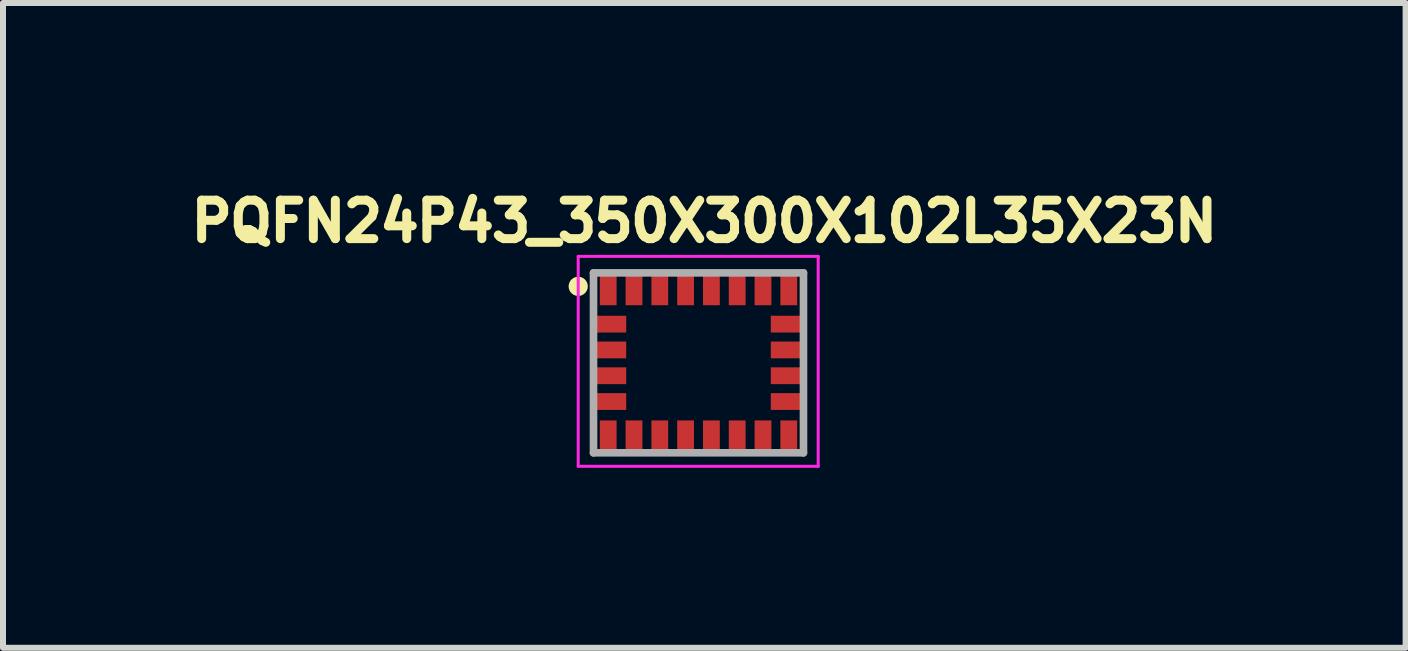
<source format=kicad_pcb>
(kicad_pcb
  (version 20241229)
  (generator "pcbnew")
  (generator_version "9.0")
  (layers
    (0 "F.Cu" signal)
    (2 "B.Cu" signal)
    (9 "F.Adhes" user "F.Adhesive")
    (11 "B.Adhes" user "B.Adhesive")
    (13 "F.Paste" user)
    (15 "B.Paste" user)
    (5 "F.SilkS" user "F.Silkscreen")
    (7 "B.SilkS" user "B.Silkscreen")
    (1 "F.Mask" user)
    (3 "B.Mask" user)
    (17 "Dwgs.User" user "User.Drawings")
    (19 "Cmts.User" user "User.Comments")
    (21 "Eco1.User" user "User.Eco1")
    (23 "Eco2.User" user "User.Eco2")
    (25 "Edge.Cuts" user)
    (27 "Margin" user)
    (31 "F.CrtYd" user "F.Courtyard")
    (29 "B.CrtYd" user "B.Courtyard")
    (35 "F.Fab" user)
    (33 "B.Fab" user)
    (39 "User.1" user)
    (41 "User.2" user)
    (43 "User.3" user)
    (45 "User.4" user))
  (footprint "PQFN24P43_350X300X102L35X23N"
    (layer "F.Cu")
    (at 8.593 2.998)
    (property "Reference" "PQFN24P43_350X300X102L35X23N" (at 0.097 -2.359 0) (layer "F.SilkS") (effects (font (size 0.641 0.641) (thickness 0.15))))
    (attr through_hole)
    (fp_poly (pts (xy -1.695 0.92) (xy -1.32 0.92) (xy -1.32 1.535) (xy -1.695 1.535)) (stroke (width 0.01) (type solid)) (fill yes) (layer "F.Mask"))
    (fp_poly (pts (xy -1.694 -1.53) (xy -1.32 -1.53) (xy -1.32 -0.922) (xy -1.694 -0.922)) (stroke (width 0.01) (type solid)) (fill yes) (layer "F.Mask"))
    (fp_poly (pts (xy -1.664 0.34) (xy -1.29 0.34) (xy -1.29 0.952) (xy -1.664 0.952)) (stroke (width 0.01) (type solid)) (fill yes) (layer "F.Mask"))
    (fp_poly (pts (xy -1.664 -0.52) (xy -1.29 -0.52) (xy -1.29 0.09) (xy -1.664 0.09)) (stroke (width 0.01) (type solid)) (fill yes) (layer "F.Mask"))
    (fp_poly (pts (xy -1.663 -0.95) (xy -1.29 -0.95) (xy -1.29 -0.341) (xy -1.663 -0.341)) (stroke (width 0.01) (type solid)) (fill yes) (layer "F.Mask"))
    (fp_poly (pts (xy -1.662 -0.09) (xy -1.29 -0.09) (xy -1.29 0.521) (xy -1.662 0.521)) (stroke (width 0.01) (type solid)) (fill yes) (layer "F.Mask"))
    (fp_poly (pts (xy -1.262 -1.53) (xy -0.89 -1.53) (xy -0.89 -0.922) (xy -1.262 -0.922)) (stroke (width 0.01) (type solid)) (fill yes) (layer "F.Mask"))
    (fp_poly (pts (xy -1.261 0.92) (xy -0.89 0.92) (xy -0.89 1.532) (xy -1.261 1.532)) (stroke (width 0.01) (type solid)) (fill yes) (layer "F.Mask"))
    (fp_poly (pts (xy -0.832 -1.53) (xy -0.46 -1.53) (xy -0.46 -0.922) (xy -0.832 -0.922)) (stroke (width 0.01) (type solid)) (fill yes) (layer "F.Mask"))
    (fp_poly (pts (xy -0.831 0.92) (xy -0.46 0.92) (xy -0.46 1.532) (xy -0.831 1.532)) (stroke (width 0.01) (type solid)) (fill yes) (layer "F.Mask"))
    (fp_poly (pts (xy -0.401 -1.53) (xy -0.03 -1.53) (xy -0.03 -0.923) (xy -0.401 -0.923)) (stroke (width 0.01) (type solid)) (fill yes) (layer "F.Mask"))
    (fp_poly (pts (xy -0.401 0.92) (xy -0.03 0.92) (xy -0.03 1.532) (xy -0.401 1.532)) (stroke (width 0.01) (type solid)) (fill yes) (layer "F.Mask"))
    (fp_poly (pts (xy 0.03 0.92) (xy 0.4 0.92) (xy 0.4 1.531) (xy 0.03 1.531)) (stroke (width 0.01) (type solid)) (fill yes) (layer "F.Mask"))
    (fp_poly (pts (xy 0.03 -1.53) (xy 0.4 -1.53) (xy 0.4 -0.923) (xy 0.03 -0.923)) (stroke (width 0.01) (type solid)) (fill yes) (layer "F.Mask"))
    (fp_poly (pts (xy 0.461 0.92) (xy 0.83 0.92) (xy 0.83 1.532) (xy 0.461 1.532)) (stroke (width 0.01) (type solid)) (fill yes) (layer "F.Mask"))
    (fp_poly (pts (xy 0.462 -1.53) (xy 0.83 -1.53) (xy 0.83 -0.923) (xy 0.462 -0.923)) (stroke (width 0.01) (type solid)) (fill yes) (layer "F.Mask"))
    (fp_poly (pts (xy 0.891 0.92) (xy 1.26 0.92) (xy 1.26 1.532) (xy 0.891 1.532)) (stroke (width 0.01) (type solid)) (fill yes) (layer "F.Mask"))
    (fp_poly (pts (xy 0.892 -1.53) (xy 1.26 -1.53) (xy 1.26 -0.922) (xy 0.892 -0.922)) (stroke (width 0.01) (type solid)) (fill yes) (layer "F.Mask"))
    (fp_poly (pts (xy 1.282 -0.09) (xy 1.65 -0.09) (xy 1.65 0.521) (xy 1.282 0.521)) (stroke (width 0.01) (type solid)) (fill yes) (layer "F.Mask"))
    (fp_poly (pts (xy 1.283 -0.95) (xy 1.65 -0.95) (xy 1.65 -0.341) (xy 1.283 -0.341)) (stroke (width 0.01) (type solid)) (fill yes) (layer "F.Mask"))
    (fp_poly (pts (xy 1.283 -0.52) (xy 1.65 -0.52) (xy 1.65 0.09) (xy 1.283 0.09)) (stroke (width 0.01) (type solid)) (fill yes) (layer "F.Mask"))
    (fp_poly (pts (xy 1.284 0.34) (xy 1.65 0.34) (xy 1.65 0.953) (xy 1.284 0.953)) (stroke (width 0.01) (type solid)) (fill yes) (layer "F.Mask"))
    (fp_poly (pts (xy 1.321 0.92) (xy 1.69 0.92) (xy 1.69 1.531) (xy 1.321 1.531)) (stroke (width 0.01) (type solid)) (fill yes) (layer "F.Mask"))
    (fp_poly (pts (xy 1.323 -1.53) (xy 1.69 -1.53) (xy 1.69 -0.922) (xy 1.323 -0.922)) (stroke (width 0.01) (type solid)) (fill yes) (layer "F.Mask"))
    (fp_line (start -1.75 -1.5) (end -1.755 -1.475) (stroke (width 0.05) (type solid)) (layer "F.SilkS"))
    (fp_line (start -1.75 -1.075) (end -1.75 -1.5) (stroke (width 0.1) (type solid)) (layer "F.SilkS"))
    (fp_circle (center -2.005 -1.275) (end -1.925 -1.275) (stroke (width 0.16) (type solid)) (fill no) (layer "F.SilkS"))
    (fp_line (start -2.005 -1.775) (end 1.995 -1.775) (stroke (width 0.05) (type solid)) (layer "F.CrtYd"))
    (fp_line (start -2.005 1.725) (end -2.005 -1.775) (stroke (width 0.05) (type solid)) (layer "F.CrtYd"))
    (fp_line (start 1.995 -1.775) (end 1.995 1.725) (stroke (width 0.05) (type solid)) (layer "F.CrtYd"))
    (fp_line (start 1.995 1.725) (end -2.005 1.725) (stroke (width 0.05) (type solid)) (layer "F.CrtYd"))
    (fp_line (start -1.75 -1.5) (end 1.75 -1.5) (stroke (width 0.127) (type solid)) (layer "F.Fab"))
    (fp_line (start -1.75 1.5) (end -1.75 -1.5) (stroke (width 0.127) (type solid)) (layer "F.Fab"))
    (fp_line (start 1.75 -1.5) (end 1.75 1.5) (stroke (width 0.127) (type solid)) (layer "F.Fab"))
    (fp_line (start 1.75 1.5) (end -1.75 1.5) (stroke (width 0.127) (type solid)) (layer "F.Fab"))
    (pad "1" smd rect (at -1.505 -1.225 270) (size 0.53 0.28) (layers "F.Cu" "F.Paste"))
    (pad "2" smd rect (at -1.47 -0.645 180) (size 0.53 0.28) (layers "F.Cu" "F.Paste"))
    (pad "3" smd rect (at -1.47 -0.215 180) (size 0.53 0.28) (layers "F.Cu" "F.Paste"))
    (pad "4" smd rect (at -1.47 0.215 180) (size 0.53 0.28) (layers "F.Cu" "F.Paste"))
    (pad "5" smd rect (at -1.47 0.645 180) (size 0.53 0.28) (layers "F.Cu" "F.Paste"))
    (pad "6" smd rect (at -1.505 1.225 270) (size 0.53 0.28) (layers "F.Cu" "F.Paste"))
    (pad "7" smd rect (at -1.075 1.225 90) (size 0.53 0.28) (layers "F.Cu" "F.Paste"))
    (pad "8" smd rect (at -0.645 1.225 90) (size 0.53 0.28) (layers "F.Cu" "F.Paste"))
    (pad "9" smd rect (at -0.215 1.225 90) (size 0.53 0.28) (layers "F.Cu" "F.Paste"))
    (pad "10" smd rect (at 0.215 1.225 270) (size 0.53 0.28) (layers "F.Cu" "F.Paste"))
    (pad "11" smd rect (at 0.645 1.225 90) (size 0.53 0.28) (layers "F.Cu" "F.Paste"))
    (pad "12" smd rect (at 1.075 1.225 270) (size 0.53 0.28) (layers "F.Cu" "F.Paste"))
    (pad "13" smd rect (at 1.505 1.225 90) (size 0.53 0.28) (layers "F.Cu" "F.Paste"))
    (pad "14" smd rect (at 1.47 0.645) (size 0.53 0.28) (layers "F.Cu" "F.Paste"))
    (pad "15" smd rect (at 1.47 0.215) (size 0.53 0.28) (layers "F.Cu" "F.Paste"))
    (pad "16" smd rect (at 1.47 -0.215) (size 0.53 0.28) (layers "F.Cu" "F.Paste"))
    (pad "17" smd rect (at 1.47 -0.645) (size 0.53 0.28) (layers "F.Cu" "F.Paste"))
    (pad "18" smd rect (at 1.505 -1.225 270) (size 0.53 0.28) (layers "F.Cu" "F.Paste"))
    (pad "19" smd rect (at 1.075 -1.225 270) (size 0.53 0.28) (layers "F.Cu" "F.Paste"))
    (pad "20" smd rect (at 0.645 -1.225 270) (size 0.53 0.28) (layers "F.Cu" "F.Paste"))
    (pad "21" smd rect (at 0.215 -1.225 270) (size 0.53 0.28) (layers "F.Cu" "F.Paste"))
    (pad "22" smd rect (at -0.215 -1.225 270) (size 0.53 0.28) (layers "F.Cu" "F.Paste"))
    (pad "23" smd rect (at -0.645 -1.225 270) (size 0.53 0.28) (layers "F.Cu" "F.Paste"))
    (pad "24" smd rect (at -1.075 -1.225 270) (size 0.53 0.28) (layers "F.Cu" "F.Paste")))
  (gr_rect
    (start -3 -3)
    (end 20.38 7.748)
    (stroke (width 0.1) (type default))
    (fill no)
    (layer "Edge.Cuts")))
</source>
